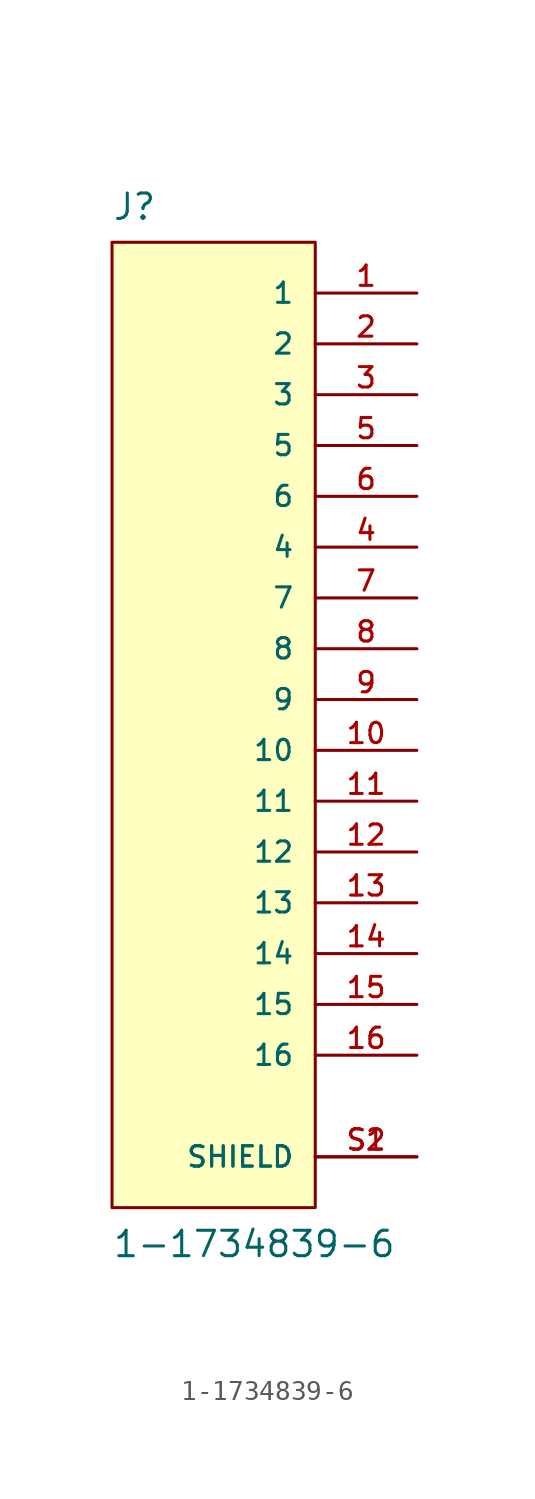
<source format=kicad_sym>
(kicad_symbol_lib
  (version 20211014)
  (generator kicad_symbol_editor)
  (symbol "1-1734839-6"
    (pin_names
      (offset 1.016))
    (property "Reference" "J"
      (at -5.083 23.89 0)
      (effects (font (size 1.27 1.27)) (justify bottom left)))
    (property "Value" "1-1734839-6"
      (at -5.084 -27.964 0)
      (effects (font (size 1.27 1.27)) (justify bottom left)))
    (symbol "1-1734839-6_0_0"
      (rectangle (start -5.08 -25.4) (end 5.08 22.86) (stroke (width 0.152)) (fill (type background)))
      (pin passive line (at 10.16 20.32 180.0) (length 5.08) (name "1" (effects (font (size 1.016 1.016)))) (number "1" (effects (font (size 1.016 1.016)))))
      (pin passive line (at 10.16 17.78 180.0) (length 5.08) (name "2" (effects (font (size 1.016 1.016)))) (number "2" (effects (font (size 1.016 1.016)))))
      (pin passive line (at 10.16 15.24 180.0) (length 5.08) (name "3" (effects (font (size 1.016 1.016)))) (number "3" (effects (font (size 1.016 1.016)))))
      (pin passive line (at 10.16 12.7 180.0) (length 5.08) (name "5" (effects (font (size 1.016 1.016)))) (number "5" (effects (font (size 1.016 1.016)))))
      (pin passive line (at 10.16 10.16 180.0) (length 5.08) (name "6" (effects (font (size 1.016 1.016)))) (number "6" (effects (font (size 1.016 1.016)))))
      (pin passive line (at 10.16 7.62 180.0) (length 5.08) (name "4" (effects (font (size 1.016 1.016)))) (number "4" (effects (font (size 1.016 1.016)))))
      (pin passive line (at 10.16 5.08 180.0) (length 5.08) (name "7" (effects (font (size 1.016 1.016)))) (number "7" (effects (font (size 1.016 1.016)))))
      (pin passive line (at 10.16 2.54 180.0) (length 5.08) (name "8" (effects (font (size 1.016 1.016)))) (number "8" (effects (font (size 1.016 1.016)))))
      (pin passive line (at 10.16 0.0 180.0) (length 5.08) (name "9" (effects (font (size 1.016 1.016)))) (number "9" (effects (font (size 1.016 1.016)))))
      (pin passive line (at 10.16 -2.54 180.0) (length 5.08) (name "10" (effects (font (size 1.016 1.016)))) (number "10" (effects (font (size 1.016 1.016)))))
      (pin passive line (at 10.16 -5.08 180.0) (length 5.08) (name "11" (effects (font (size 1.016 1.016)))) (number "11" (effects (font (size 1.016 1.016)))))
      (pin passive line (at 10.16 -7.62 180.0) (length 5.08) (name "12" (effects (font (size 1.016 1.016)))) (number "12" (effects (font (size 1.016 1.016)))))
      (pin passive line (at 10.16 -10.16 180.0) (length 5.08) (name "13" (effects (font (size 1.016 1.016)))) (number "13" (effects (font (size 1.016 1.016)))))
      (pin passive line (at 10.16 -12.7 180.0) (length 5.08) (name "14" (effects (font (size 1.016 1.016)))) (number "14" (effects (font (size 1.016 1.016)))))
      (pin passive line (at 10.16 -15.24 180.0) (length 5.08) (name "15" (effects (font (size 1.016 1.016)))) (number "15" (effects (font (size 1.016 1.016)))))
      (pin passive line (at 10.16 -17.78 180.0) (length 5.08) (name "16" (effects (font (size 1.016 1.016)))) (number "16" (effects (font (size 1.016 1.016)))))
      (pin passive line (at 10.16 -22.86 180.0) (length 5.08) (name "SHIELD" (effects (font (size 1.016 1.016)))) (number "S1" (effects (font (size 1.016 1.016)))))
      (pin passive line (at 10.16 -22.86 180.0) (length 5.08) (name "SHIELD" (effects (font (size 1.016 1.016)))) (number "S2" (effects (font (size 1.016 1.016))))))))
</source>
